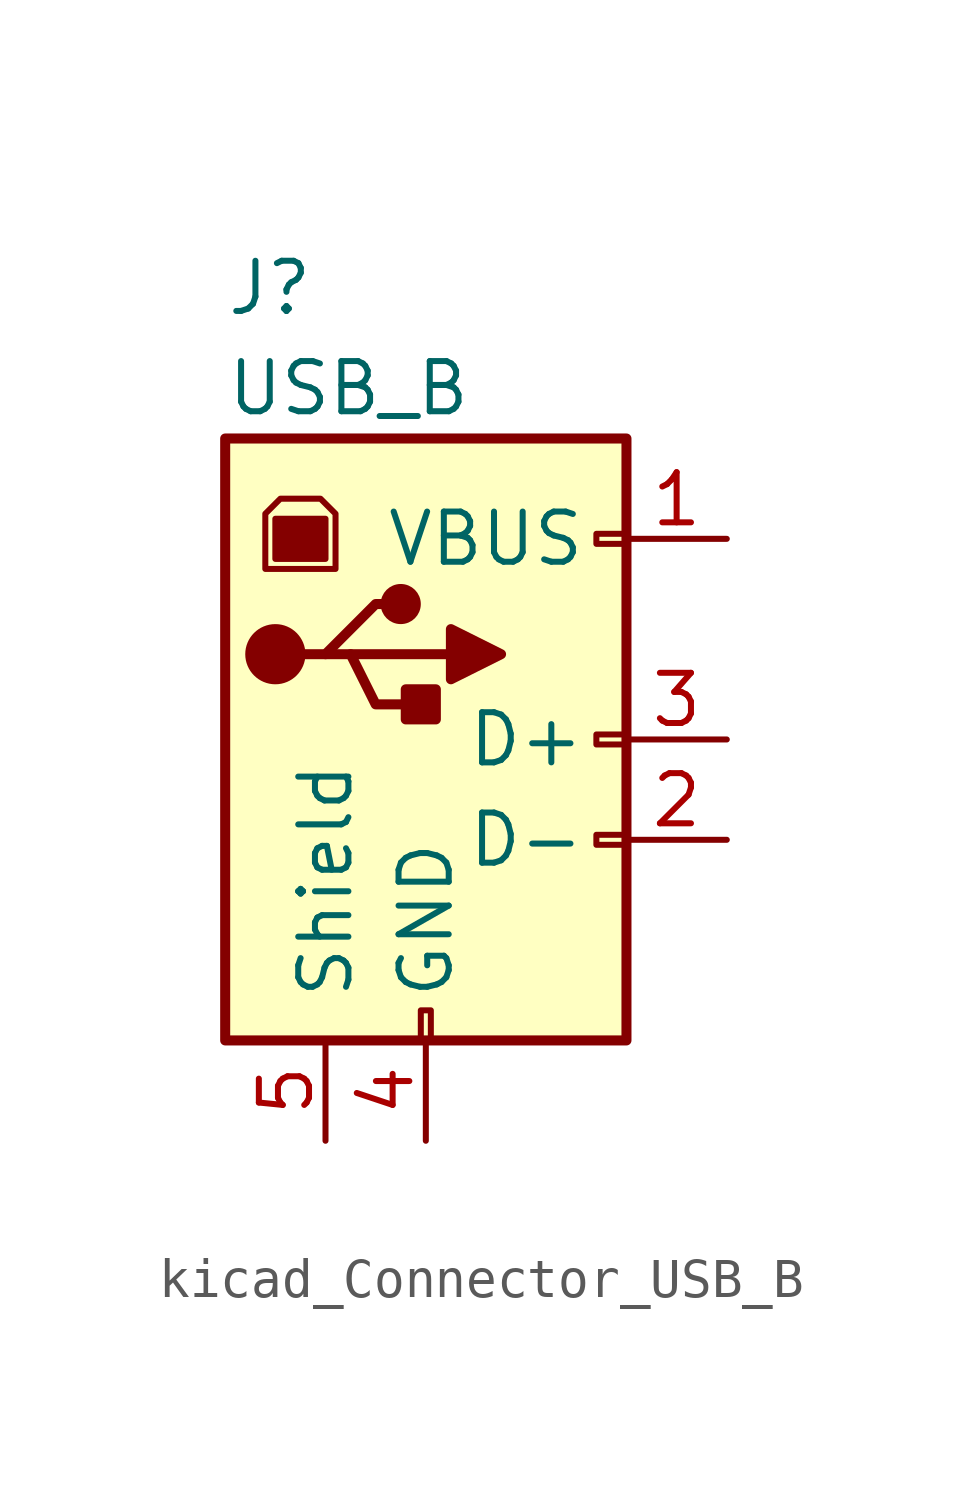
<source format=kicad_sym>
(kicad_symbol_lib
  (version 20220914)
  (generator kicad_symbol_editor)
  (symbol "kicad_Connector_USB_B"
    (pin_names
      (offset 1.016))
    (property "Reference" "J"
      (at -5.08 11.43 0)
      (effects (font (size 1.27 1.27)) (justify left)))
    (property "Value" "USB_B"
      (at -5.08 8.89 0)
      (effects (font (size 1.27 1.27)) (justify left)))
    (symbol "kicad_Connector_USB_B_0_1"
      (rectangle (start -5.08 -7.62) (end 5.08 7.62) (stroke (width 0.254) (type default)) (fill (type background)))
      (circle (center -3.81 2.159) (radius 0.635) (stroke (width 0.254) (type default)) (fill (type outline)))
      (rectangle (start -3.81 5.588) (end -2.54 4.572) (stroke (width 0) (type default)) (fill (type outline)))
      (circle (center -0.635 3.429) (radius 0.381) (stroke (width 0.254) (type default)) (fill (type outline)))
      (rectangle (start -0.127 -7.62) (end 0.127 -6.858) (stroke (width 0) (type default)) (fill (type none)))
      (polyline (pts (xy -1.905 2.159) (xy 0.635 2.159)) (stroke (width 0.254) (type default)) (fill (type none)))
      (polyline (pts (xy -3.175 2.159) (xy -2.54 2.159) (xy -1.27 3.429) (xy -0.635 3.429)) (stroke (width 0.254) (type default)) (fill (type none)))
      (polyline (pts (xy -2.54 2.159) (xy -1.905 2.159) (xy -1.27 0.889) (xy 0 0.889)) (stroke (width 0.254) (type default)) (fill (type none)))
      (polyline (pts (xy 0.635 2.794) (xy 0.635 1.524) (xy 1.905 2.159) (xy 0.635 2.794)) (stroke (width 0.254) (type default)) (fill (type outline)))
      (polyline (pts (xy -4.064 4.318) (xy -2.286 4.318) (xy -2.286 5.715) (xy -2.667 6.096) (xy -3.683 6.096) (xy -4.064 5.715) (xy -4.064 4.318)) (stroke (width 0) (type default)) (fill (type none)))
      (rectangle (start 0.254 1.27) (end -0.508 0.508) (stroke (width 0.254) (type default)) (fill (type outline)))
      (rectangle (start 5.08 -2.667) (end 4.318 -2.413) (stroke (width 0) (type default)) (fill (type none)))
      (rectangle (start 5.08 -0.127) (end 4.318 0.127) (stroke (width 0) (type default)) (fill (type none)))
      (rectangle (start 5.08 4.953) (end 4.318 5.207) (stroke (width 0) (type default)) (fill (type none))))
    (symbol "kicad_Connector_USB_B_1_1"
      (pin power_out line (at 7.62 5.08 180) (length 2.54) (name "VBUS" (effects (font (size 1.27 1.27)))) (number "1" (effects (font (size 1.27 1.27)))))
      (pin bidirectional line (at 7.62 -2.54 180) (length 2.54) (name "D-" (effects (font (size 1.27 1.27)))) (number "2" (effects (font (size 1.27 1.27)))))
      (pin bidirectional line (at 7.62 0 180) (length 2.54) (name "D+" (effects (font (size 1.27 1.27)))) (number "3" (effects (font (size 1.27 1.27)))))
      (pin power_out line (at 0 -10.16 90) (length 2.54) (name "GND" (effects (font (size 1.27 1.27)))) (number "4" (effects (font (size 1.27 1.27)))))
      (pin passive line (at -2.54 -10.16 90) (length 2.54) (name "Shield" (effects (font (size 1.27 1.27)))) (number "5" (effects (font (size 1.27 1.27))))))))
</source>
